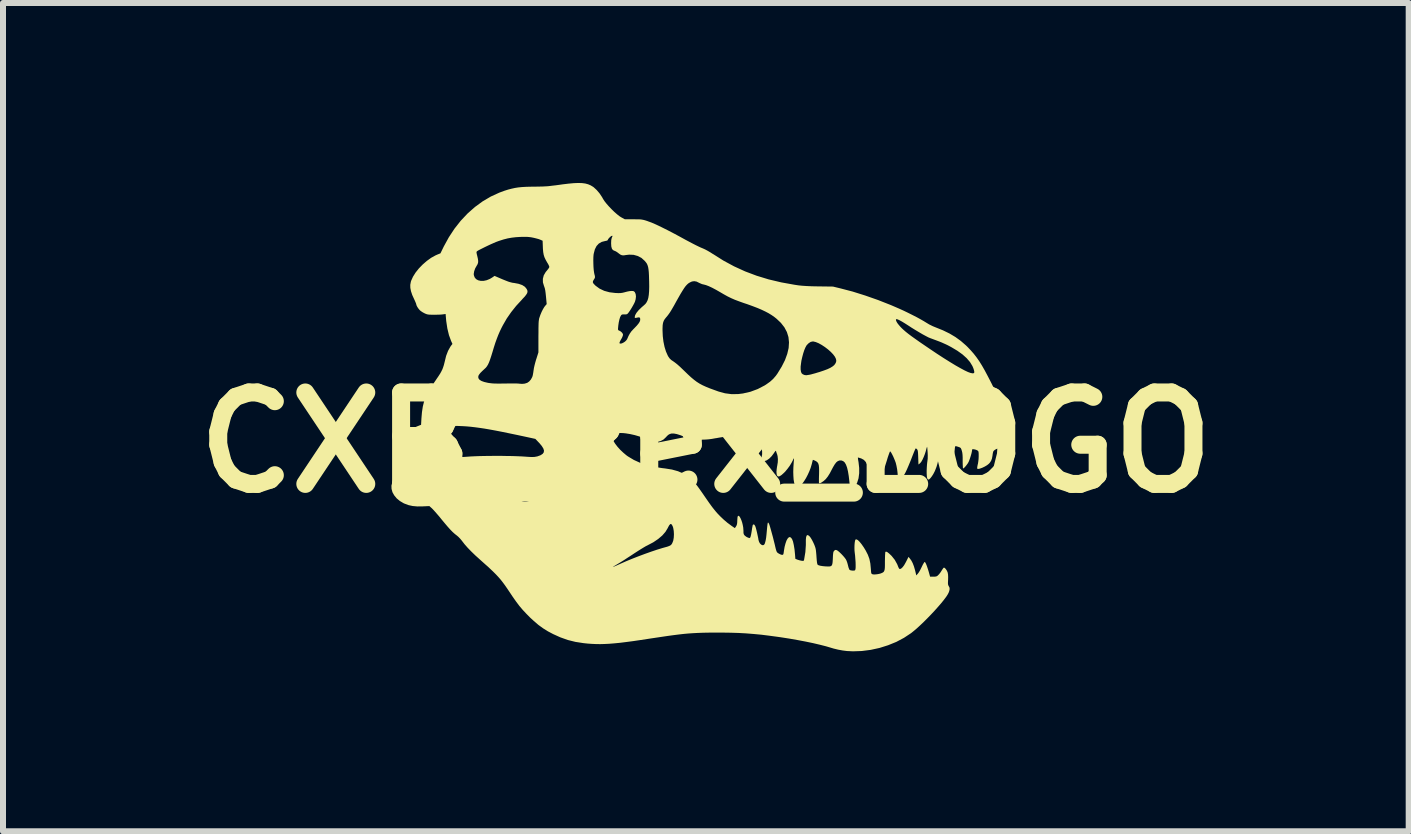
<source format=kicad_pcb>
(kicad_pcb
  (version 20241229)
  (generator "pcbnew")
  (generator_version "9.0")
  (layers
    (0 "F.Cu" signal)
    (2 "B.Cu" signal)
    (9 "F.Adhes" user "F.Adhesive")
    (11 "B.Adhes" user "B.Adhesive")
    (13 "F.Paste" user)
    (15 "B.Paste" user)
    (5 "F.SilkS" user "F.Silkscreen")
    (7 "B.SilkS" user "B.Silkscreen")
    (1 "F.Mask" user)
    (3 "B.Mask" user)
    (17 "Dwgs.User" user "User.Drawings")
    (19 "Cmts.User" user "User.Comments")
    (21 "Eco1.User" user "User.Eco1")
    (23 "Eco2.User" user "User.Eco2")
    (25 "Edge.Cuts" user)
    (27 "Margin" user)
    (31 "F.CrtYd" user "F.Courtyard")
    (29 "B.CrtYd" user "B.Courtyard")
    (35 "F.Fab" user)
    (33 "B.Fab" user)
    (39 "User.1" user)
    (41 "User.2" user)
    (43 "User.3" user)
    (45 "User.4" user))
  (footprint "CXB_Rex_LOGO"
    (layer "F.Cu")
    (at 8.716 4.327)
    (property "Reference" "CXB_Rex_LOGO" (at 0 0 0) (layer "F.SilkS") (effects (font (size 1.524 1.524) (thickness 0.3))))
    (attr board_only exclude_from_pos_files exclude_from_bom)
    (fp_poly (pts (xy -2.064 -4.325) (xy -2.01 -4.318) (xy -1.962 -4.305) (xy -1.92 -4.287) (xy -1.88 -4.263) (xy -1.868 -4.254) (xy -1.82 -4.21) (xy -1.773 -4.155) (xy -1.73 -4.091) (xy -1.714 -4.062) (xy -1.691 -4.026) (xy -1.658 -3.984) (xy -1.617 -3.937) (xy -1.572 -3.89) (xy -1.525 -3.844) (xy -1.479 -3.804) (xy -1.437 -3.771) (xy -1.406 -3.752) (xy -1.351 -3.722) (xy -1.207 -3.722) (xy -1.154 -3.721) (xy -1.114 -3.721) (xy -1.083 -3.719) (xy -1.058 -3.715) (xy -1.033 -3.71) (xy -1.005 -3.702) (xy -0.971 -3.691) (xy -0.97 -3.69) (xy -0.906 -3.667) (xy -0.83 -3.634) (xy -0.74 -3.591) (xy -0.636 -3.539) (xy -0.519 -3.478) (xy -0.419 -3.424) (xy -0.339 -3.38) (xy -0.271 -3.344) (xy -0.214 -3.314) (xy -0.165 -3.289) (xy -0.124 -3.269) (xy -0.088 -3.252) (xy -0.054 -3.238) (xy -0.038 -3.231) (xy -0.008 -3.217) (xy 0.031 -3.196) (xy 0.074 -3.171) (xy 0.116 -3.144) (xy 0.119 -3.143) (xy 0.293 -3.033) (xy 0.471 -2.937) (xy 0.655 -2.853) (xy 0.846 -2.781) (xy 1.046 -2.72) (xy 1.257 -2.67) (xy 1.479 -2.63) (xy 1.546 -2.62) (xy 1.604 -2.614) (xy 1.678 -2.609) (xy 1.768 -2.605) (xy 1.876 -2.603) (xy 1.883 -2.603) (xy 2.119 -2.6) (xy 2.243 -2.57) (xy 2.446 -2.517) (xy 2.656 -2.451) (xy 2.87 -2.376) (xy 3.086 -2.291) (xy 3.218 -2.234) (xy 3.291 -2.201) (xy 3.366 -2.165) (xy 3.44 -2.128) (xy 3.511 -2.092) (xy 3.575 -2.057) (xy 3.629 -2.026) (xy 3.67 -2.001) (xy 3.723 -1.969) (xy 3.784 -1.939) (xy 3.828 -1.921) (xy 3.952 -1.871) (xy 4.061 -1.818) (xy 4.16 -1.759) (xy 4.251 -1.693) (xy 4.336 -1.619) (xy 4.363 -1.593) (xy 4.416 -1.537) (xy 4.465 -1.481) (xy 4.511 -1.422) (xy 4.556 -1.358) (xy 4.601 -1.286) (xy 4.648 -1.204) (xy 4.698 -1.11) (xy 4.742 -1.025) (xy 4.77 -0.97) (xy 4.791 -0.926) (xy 4.807 -0.89) (xy 4.82 -0.857) (xy 4.832 -0.823) (xy 4.843 -0.784) (xy 4.855 -0.737) (xy 4.868 -0.682) (xy 4.888 -0.6) (xy 4.904 -0.532) (xy 4.916 -0.475) (xy 4.925 -0.425) (xy 4.932 -0.381) (xy 4.937 -0.339) (xy 4.94 -0.296) (xy 4.941 -0.25) (xy 4.942 -0.197) (xy 4.942 -0.186) (xy 4.941 -0.118) (xy 4.939 -0.057) (xy 4.935 -0.006) (xy 4.931 0.03) (xy 4.931 0.032) (xy 4.924 0.063) (xy 4.919 0.082) (xy 4.912 0.09) (xy 4.902 0.093) (xy 4.897 0.093) (xy 4.87 0.098) (xy 4.84 0.109) (xy 4.813 0.125) (xy 4.796 0.141) (xy 4.794 0.143) (xy 4.788 0.16) (xy 4.782 0.188) (xy 4.778 0.219) (xy 4.769 0.267) (xy 4.755 0.304) (xy 4.734 0.336) (xy 4.716 0.355) (xy 4.687 0.378) (xy 4.648 0.401) (xy 4.606 0.421) (xy 4.566 0.435) (xy 4.553 0.438) (xy 4.533 0.44) (xy 4.525 0.436) (xy 4.523 0.423) (xy 4.523 0.422) (xy 4.525 0.403) (xy 4.53 0.375) (xy 4.536 0.351) (xy 4.541 0.319) (xy 4.546 0.276) (xy 4.548 0.233) (xy 4.548 0.223) (xy 4.548 0.187) (xy 4.546 0.163) (xy 4.543 0.148) (xy 4.536 0.139) (xy 4.526 0.131) (xy 4.526 0.131) (xy 4.502 0.12) (xy 4.473 0.113) (xy 4.471 0.112) (xy 4.449 0.111) (xy 4.44 0.114) (xy 4.438 0.124) (xy 4.435 0.147) (xy 4.428 0.18) (xy 4.417 0.219) (xy 4.404 0.26) (xy 4.391 0.296) (xy 4.381 0.321) (xy 4.367 0.346) (xy 4.347 0.374) (xy 4.326 0.4) (xy 4.307 0.42) (xy 4.292 0.431) (xy 4.288 0.432) (xy 4.285 0.424) (xy 4.284 0.402) (xy 4.282 0.369) (xy 4.281 0.328) (xy 4.281 0.307) (xy 4.281 0.25) (xy 4.279 0.206) (xy 4.275 0.171) (xy 4.269 0.144) (xy 4.266 0.134) (xy 4.257 0.107) (xy 4.248 0.091) (xy 4.234 0.081) (xy 4.212 0.073) (xy 4.187 0.065) (xy 4.168 0.06) (xy 4.162 0.059) (xy 4.156 0.067) (xy 4.15 0.09) (xy 4.147 0.116) (xy 4.135 0.191) (xy 4.115 0.265) (xy 4.088 0.335) (xy 4.055 0.397) (xy 4.017 0.449) (xy 3.977 0.488) (xy 3.973 0.49) (xy 3.949 0.507) (xy 3.961 0.463) (xy 3.969 0.42) (xy 3.972 0.366) (xy 3.972 0.308) (xy 3.967 0.254) (xy 3.959 0.211) (xy 3.948 0.174) (xy 3.933 0.136) (xy 3.923 0.115) (xy 3.901 0.072) (xy 3.89 0.178) (xy 3.879 0.264) (xy 3.864 0.339) (xy 3.845 0.405) (xy 3.82 0.469) (xy 3.812 0.486) (xy 3.791 0.526) (xy 3.768 0.562) (xy 3.745 0.592) (xy 3.726 0.611) (xy 3.711 0.618) (xy 3.7 0.612) (xy 3.691 0.599) (xy 3.686 0.581) (xy 3.683 0.55) (xy 3.681 0.51) (xy 3.681 0.464) (xy 3.683 0.417) (xy 3.686 0.371) (xy 3.69 0.332) (xy 3.692 0.319) (xy 3.698 0.27) (xy 3.699 0.211) (xy 3.697 0.164) (xy 3.694 0.126) (xy 3.692 0.096) (xy 3.689 0.076) (xy 3.688 0.07) (xy 3.684 0.079) (xy 3.677 0.101) (xy 3.669 0.131) (xy 3.667 0.141) (xy 3.651 0.191) (xy 3.632 0.24) (xy 3.612 0.284) (xy 3.591 0.321) (xy 3.571 0.345) (xy 3.568 0.347) (xy 3.544 0.366) (xy 3.54 0.247) (xy 3.538 0.199) (xy 3.536 0.164) (xy 3.533 0.14) (xy 3.528 0.124) (xy 3.522 0.114) (xy 3.52 0.111) (xy 3.506 0.1) (xy 3.497 0.098) (xy 3.492 0.107) (xy 3.482 0.129) (xy 3.469 0.16) (xy 3.454 0.198) (xy 3.451 0.205) (xy 3.413 0.303) (xy 3.379 0.385) (xy 3.351 0.45) (xy 3.327 0.5) (xy 3.318 0.517) (xy 3.295 0.555) (xy 3.271 0.591) (xy 3.247 0.624) (xy 3.226 0.648) (xy 3.211 0.66) (xy 3.202 0.664) (xy 3.198 0.66) (xy 3.197 0.646) (xy 3.199 0.62) (xy 3.199 0.614) (xy 3.2 0.567) (xy 3.196 0.509) (xy 3.189 0.448) (xy 3.178 0.389) (xy 3.166 0.339) (xy 3.154 0.306) (xy 3.139 0.269) (xy 3.123 0.232) (xy 3.106 0.198) (xy 3.091 0.17) (xy 3.078 0.152) (xy 3.071 0.147) (xy 3.066 0.155) (xy 3.057 0.178) (xy 3.045 0.211) (xy 3.031 0.252) (xy 3.019 0.293) (xy 2.989 0.388) (xy 2.962 0.467) (xy 2.936 0.533) (xy 2.911 0.588) (xy 2.896 0.615) (xy 2.869 0.658) (xy 2.84 0.697) (xy 2.809 0.731) (xy 2.781 0.758) (xy 2.756 0.777) (xy 2.736 0.784) (xy 2.725 0.78) (xy 2.721 0.769) (xy 2.717 0.743) (xy 2.714 0.702) (xy 2.711 0.645) (xy 2.709 0.59) (xy 2.707 0.524) (xy 2.705 0.473) (xy 2.702 0.433) (xy 2.698 0.404) (xy 2.693 0.382) (xy 2.69 0.372) (xy 2.666 0.324) (xy 2.634 0.289) (xy 2.592 0.266) (xy 2.583 0.263) (xy 2.558 0.255) (xy 2.54 0.25) (xy 2.534 0.25) (xy 2.535 0.258) (xy 2.537 0.28) (xy 2.542 0.31) (xy 2.545 0.326) (xy 2.556 0.422) (xy 2.556 0.512) (xy 2.545 0.596) (xy 2.522 0.669) (xy 2.507 0.701) (xy 2.486 0.737) (xy 2.464 0.768) (xy 2.444 0.792) (xy 2.427 0.807) (xy 2.416 0.81) (xy 2.415 0.809) (xy 2.412 0.798) (xy 2.407 0.773) (xy 2.402 0.737) (xy 2.397 0.693) (xy 2.393 0.654) (xy 2.382 0.559) (xy 2.369 0.48) (xy 2.354 0.417) (xy 2.336 0.368) (xy 2.315 0.332) (xy 2.29 0.31) (xy 2.261 0.299) (xy 2.228 0.299) (xy 2.224 0.3) (xy 2.199 0.31) (xy 2.174 0.33) (xy 2.148 0.364) (xy 2.12 0.411) (xy 2.103 0.443) (xy 2.067 0.512) (xy 2.033 0.566) (xy 1.999 0.609) (xy 1.964 0.641) (xy 1.926 0.667) (xy 1.917 0.672) (xy 1.897 0.68) (xy 1.888 0.678) (xy 1.886 0.675) (xy 1.885 0.664) (xy 1.885 0.638) (xy 1.885 0.602) (xy 1.886 0.559) (xy 1.887 0.532) (xy 1.888 0.468) (xy 1.887 0.418) (xy 1.883 0.38) (xy 1.875 0.352) (xy 1.863 0.332) (xy 1.845 0.316) (xy 1.824 0.304) (xy 1.802 0.294) (xy 1.787 0.289) (xy 1.784 0.289) (xy 1.781 0.298) (xy 1.775 0.32) (xy 1.768 0.35) (xy 1.763 0.368) (xy 1.747 0.422) (xy 1.725 0.479) (xy 1.699 0.536) (xy 1.67 0.592) (xy 1.639 0.642) (xy 1.609 0.684) (xy 1.581 0.716) (xy 1.559 0.732) (xy 1.533 0.743) (xy 1.514 0.743) (xy 1.497 0.731) (xy 1.495 0.728) (xy 1.482 0.704) (xy 1.471 0.666) (xy 1.463 0.616) (xy 1.459 0.556) (xy 1.457 0.489) (xy 1.459 0.416) (xy 1.464 0.341) (xy 1.464 0.335) (xy 1.467 0.303) (xy 1.469 0.278) (xy 1.469 0.264) (xy 1.468 0.263) (xy 1.464 0.268) (xy 1.455 0.284) (xy 1.452 0.293) (xy 1.429 0.337) (xy 1.398 0.388) (xy 1.361 0.438) (xy 1.323 0.484) (xy 1.301 0.506) (xy 1.262 0.541) (xy 1.231 0.561) (xy 1.207 0.566) (xy 1.191 0.556) (xy 1.181 0.532) (xy 1.177 0.492) (xy 1.177 0.487) (xy 1.18 0.449) (xy 1.186 0.406) (xy 1.19 0.385) (xy 1.199 0.33) (xy 1.201 0.276) (xy 1.196 0.227) (xy 1.189 0.199) (xy 1.179 0.173) (xy 1.172 0.15) (xy 1.171 0.146) (xy 1.168 0.138) (xy 1.162 0.139) (xy 1.152 0.151) (xy 1.135 0.175) (xy 1.135 0.176) (xy 1.097 0.227) (xy 1.056 0.268) (xy 1.017 0.295) (xy 1.006 0.3) (xy 0.978 0.309) (xy 0.95 0.313) (xy 0.929 0.312) (xy 0.92 0.306) (xy 0.919 0.295) (xy 0.923 0.273) (xy 0.928 0.253) (xy 0.938 0.197) (xy 0.938 0.145) (xy 0.929 0.102) (xy 0.926 0.095) (xy 0.912 0.065) (xy 0.898 0.085) (xy 0.858 0.138) (xy 0.815 0.176) (xy 0.769 0.201) (xy 0.724 0.21) (xy 0.71 0.21) (xy 0.685 0.206) (xy 0.668 0.203) (xy 0.664 0.201) (xy 0.664 0.191) (xy 0.669 0.17) (xy 0.676 0.151) (xy 0.686 0.119) (xy 0.695 0.087) (xy 0.7 0.058) (xy 0.701 0.036) (xy 0.699 0.026) (xy 0.698 0.026) (xy 0.689 0.032) (xy 0.675 0.049) (xy 0.661 0.067) (xy 0.631 0.103) (xy 0.597 0.13) (xy 0.564 0.147) (xy 0.535 0.153) (xy 0.512 0.146) (xy 0.506 0.135) (xy 0.5 0.112) (xy 0.497 0.086) (xy 0.482 0.016) (xy 0.453 -0.048) (xy 0.435 -0.075) (xy 0.413 -0.104) (xy 0.348 -0.099) (xy 0.315 -0.096) (xy 0.271 -0.09) (xy 0.221 -0.082) (xy 0.171 -0.073) (xy 0.161 -0.072) (xy 0.101 -0.061) (xy 0.049 -0.054) (xy -0.003 -0.05) (xy -0.062 -0.048) (xy -0.097 -0.048) (xy -0.233 -0.047) (xy -0.356 -0.096) (xy -0.426 -0.123) (xy -0.483 -0.141) (xy -0.53 -0.15) (xy -0.568 -0.151) (xy -0.6 -0.143) (xy -0.628 -0.127) (xy -0.654 -0.102) (xy -0.661 -0.093) (xy -0.704 -0.052) (xy -0.755 -0.024) (xy -0.812 -0.011) (xy -0.873 -0.012) (xy -0.938 -0.028) (xy -0.995 -0.055) (xy -1.048 -0.08) (xy -1.113 -0.103) (xy -1.185 -0.124) (xy -1.261 -0.141) (xy -1.334 -0.153) (xy -1.381 -0.158) (xy -1.418 -0.159) (xy -1.459 -0.158) (xy -1.501 -0.156) (xy -1.538 -0.152) (xy -1.568 -0.148) (xy -1.587 -0.143) (xy -1.59 -0.141) (xy -1.589 -0.131) (xy -1.581 -0.11) (xy -1.568 -0.081) (xy -1.551 -0.048) (xy -1.533 -0.015) (xy -1.514 0.016) (xy -1.509 0.023) (xy -1.473 0.07) (xy -1.427 0.121) (xy -1.376 0.169) (xy -1.325 0.212) (xy -1.297 0.232) (xy -1.2 0.29) (xy -1.097 0.337) (xy -0.985 0.375) (xy -0.863 0.405) (xy -0.728 0.426) (xy -0.678 0.432) (xy -0.565 0.45) (xy -0.464 0.478) (xy -0.374 0.517) (xy -0.292 0.569) (xy -0.218 0.634) (xy -0.185 0.67) (xy -0.166 0.694) (xy -0.139 0.728) (xy -0.108 0.771) (xy -0.074 0.819) (xy -0.04 0.868) (xy -0.034 0.877) (xy 0.013 0.945) (xy 0.052 1.001) (xy 0.085 1.047) (xy 0.115 1.087) (xy 0.143 1.122) (xy 0.17 1.155) (xy 0.193 1.181) (xy 0.242 1.232) (xy 0.299 1.286) (xy 0.359 1.337) (xy 0.417 1.38) (xy 0.426 1.387) (xy 0.483 1.426) (xy 0.498 1.406) (xy 0.511 1.384) (xy 0.519 1.361) (xy 0.523 1.331) (xy 0.524 1.299) (xy 0.526 1.269) (xy 0.528 1.244) (xy 0.53 1.233) (xy 0.54 1.221) (xy 0.551 1.223) (xy 0.564 1.237) (xy 0.578 1.262) (xy 0.592 1.294) (xy 0.605 1.332) (xy 0.615 1.373) (xy 0.623 1.416) (xy 0.626 1.458) (xy 0.627 1.471) (xy 0.627 1.503) (xy 0.631 1.524) (xy 0.638 1.538) (xy 0.65 1.552) (xy 0.675 1.571) (xy 0.703 1.585) (xy 0.727 1.592) (xy 0.729 1.592) (xy 0.738 1.586) (xy 0.747 1.565) (xy 0.755 1.529) (xy 0.764 1.478) (xy 0.766 1.465) (xy 0.771 1.429) (xy 0.777 1.398) (xy 0.781 1.378) (xy 0.783 1.373) (xy 0.795 1.364) (xy 0.809 1.37) (xy 0.822 1.391) (xy 0.824 1.395) (xy 0.833 1.422) (xy 0.843 1.46) (xy 0.854 1.505) (xy 0.864 1.552) (xy 0.873 1.595) (xy 0.877 1.622) (xy 0.887 1.655) (xy 0.902 1.682) (xy 0.922 1.701) (xy 0.943 1.711) (xy 0.963 1.709) (xy 0.978 1.694) (xy 0.981 1.688) (xy 0.99 1.66) (xy 0.998 1.627) (xy 1.005 1.585) (xy 1.011 1.531) (xy 1.017 1.465) (xy 1.021 1.421) (xy 1.025 1.383) (xy 1.029 1.354) (xy 1.033 1.337) (xy 1.034 1.335) (xy 1.042 1.336) (xy 1.052 1.352) (xy 1.055 1.359) (xy 1.063 1.381) (xy 1.074 1.418) (xy 1.087 1.464) (xy 1.102 1.519) (xy 1.118 1.577) (xy 1.133 1.638) (xy 1.148 1.697) (xy 1.155 1.728) (xy 1.165 1.77) (xy 1.173 1.798) (xy 1.18 1.817) (xy 1.188 1.83) (xy 1.199 1.84) (xy 1.213 1.849) (xy 1.239 1.863) (xy 1.262 1.871) (xy 1.271 1.872) (xy 1.282 1.871) (xy 1.289 1.866) (xy 1.294 1.854) (xy 1.298 1.831) (xy 1.302 1.802) (xy 1.313 1.737) (xy 1.328 1.681) (xy 1.344 1.635) (xy 1.363 1.601) (xy 1.382 1.581) (xy 1.398 1.575) (xy 1.418 1.584) (xy 1.437 1.609) (xy 1.453 1.65) (xy 1.466 1.708) (xy 1.478 1.781) (xy 1.487 1.871) (xy 1.487 1.873) (xy 1.492 1.938) (xy 1.526 1.952) (xy 1.558 1.962) (xy 1.592 1.97) (xy 1.596 1.97) (xy 1.619 1.973) (xy 1.631 1.97) (xy 1.636 1.959) (xy 1.638 1.951) (xy 1.659 1.825) (xy 1.667 1.708) (xy 1.667 1.677) (xy 1.667 1.62) (xy 1.671 1.578) (xy 1.679 1.553) (xy 1.691 1.542) (xy 1.707 1.546) (xy 1.729 1.563) (xy 1.73 1.565) (xy 1.748 1.588) (xy 1.769 1.623) (xy 1.79 1.664) (xy 1.809 1.706) (xy 1.823 1.744) (xy 1.829 1.766) (xy 1.834 1.791) (xy 1.838 1.828) (xy 1.842 1.872) (xy 1.845 1.916) (xy 1.849 1.966) (xy 1.853 2.001) (xy 1.858 2.024) (xy 1.864 2.037) (xy 1.865 2.038) (xy 1.881 2.046) (xy 1.91 2.054) (xy 1.948 2.06) (xy 1.991 2.064) (xy 2.035 2.066) (xy 2.038 2.066) (xy 2.065 2.065) (xy 2.085 2.06) (xy 2.099 2.048) (xy 2.108 2.026) (xy 2.113 1.994) (xy 2.116 1.948) (xy 2.117 1.926) (xy 2.119 1.881) (xy 2.122 1.85) (xy 2.125 1.83) (xy 2.13 1.816) (xy 2.137 1.806) (xy 2.14 1.803) (xy 2.155 1.791) (xy 2.169 1.79) (xy 2.185 1.795) (xy 2.203 1.807) (xy 2.229 1.829) (xy 2.259 1.858) (xy 2.289 1.89) (xy 2.316 1.922) (xy 2.334 1.947) (xy 2.346 1.971) (xy 2.358 2.005) (xy 2.368 2.042) (xy 2.369 2.046) (xy 2.377 2.079) (xy 2.387 2.106) (xy 2.395 2.122) (xy 2.397 2.123) (xy 2.413 2.13) (xy 2.438 2.134) (xy 2.449 2.134) (xy 2.474 2.134) (xy 2.486 2.129) (xy 2.492 2.118) (xy 2.495 2.104) (xy 2.497 2.079) (xy 2.497 2.041) (xy 2.496 1.994) (xy 2.492 1.941) (xy 2.488 1.887) (xy 2.482 1.838) (xy 2.478 1.798) (xy 2.477 1.755) (xy 2.478 1.711) (xy 2.481 1.672) (xy 2.486 1.641) (xy 2.492 1.621) (xy 2.495 1.617) (xy 2.512 1.614) (xy 2.534 1.626) (xy 2.561 1.652) (xy 2.594 1.692) (xy 2.631 1.745) (xy 2.664 1.799) (xy 2.7 1.869) (xy 2.726 1.939) (xy 2.742 2.016) (xy 2.75 2.099) (xy 2.753 2.138) (xy 2.755 2.164) (xy 2.759 2.18) (xy 2.764 2.188) (xy 2.773 2.194) (xy 2.777 2.195) (xy 2.799 2.199) (xy 2.832 2.198) (xy 2.869 2.193) (xy 2.906 2.185) (xy 2.935 2.174) (xy 2.939 2.172) (xy 2.955 2.163) (xy 2.967 2.152) (xy 2.975 2.136) (xy 2.981 2.114) (xy 2.984 2.083) (xy 2.985 2.039) (xy 2.985 1.982) (xy 2.985 1.978) (xy 2.986 1.929) (xy 2.987 1.887) (xy 2.989 1.853) (xy 2.991 1.83) (xy 2.992 1.823) (xy 3.005 1.818) (xy 3.026 1.827) (xy 3.055 1.85) (xy 3.094 1.887) (xy 3.097 1.89) (xy 3.149 1.955) (xy 3.19 2.029) (xy 3.209 2.077) (xy 3.221 2.101) (xy 3.235 2.109) (xy 3.255 2.101) (xy 3.279 2.079) (xy 3.305 2.045) (xy 3.331 1.999) (xy 3.341 1.98) (xy 3.378 1.906) (xy 3.401 1.933) (xy 3.426 1.968) (xy 3.448 2.01) (xy 3.468 2.062) (xy 3.487 2.127) (xy 3.502 2.189) (xy 3.508 2.215) (xy 3.536 2.183) (xy 3.552 2.161) (xy 3.571 2.129) (xy 3.59 2.091) (xy 3.6 2.07) (xy 3.616 2.037) (xy 3.631 2.011) (xy 3.642 1.994) (xy 3.647 1.99) (xy 3.657 1.998) (xy 3.67 2.022) (xy 3.685 2.06) (xy 3.702 2.111) (xy 3.715 2.153) (xy 3.738 2.236) (xy 3.791 2.236) (xy 3.823 2.235) (xy 3.844 2.231) (xy 3.861 2.221) (xy 3.872 2.211) (xy 3.891 2.191) (xy 3.913 2.162) (xy 3.93 2.135) (xy 3.946 2.11) (xy 3.96 2.091) (xy 3.969 2.084) (xy 3.969 2.084) (xy 3.983 2.091) (xy 4 2.109) (xy 4.017 2.134) (xy 4.029 2.161) (xy 4.032 2.171) (xy 4.037 2.2) (xy 4.039 2.241) (xy 4.038 2.288) (xy 4.036 2.327) (xy 4.036 2.354) (xy 4.039 2.373) (xy 4.045 2.387) (xy 4.049 2.394) (xy 4.061 2.417) (xy 4.064 2.442) (xy 4.058 2.472) (xy 4.049 2.498) (xy 4.033 2.53) (xy 4.006 2.572) (xy 3.969 2.621) (xy 3.924 2.677) (xy 3.872 2.737) (xy 3.815 2.801) (xy 3.755 2.865) (xy 3.693 2.929) (xy 3.631 2.991) (xy 3.569 3.05) (xy 3.511 3.103) (xy 3.456 3.149) (xy 3.421 3.177) (xy 3.303 3.255) (xy 3.175 3.323) (xy 3.037 3.379) (xy 2.894 3.424) (xy 2.747 3.456) (xy 2.599 3.475) (xy 2.453 3.48) (xy 2.35 3.475) (xy 2.28 3.466) (xy 2.204 3.452) (xy 2.13 3.434) (xy 2.09 3.422) (xy 2.002 3.396) (xy 1.9 3.37) (xy 1.785 3.343) (xy 1.66 3.317) (xy 1.528 3.292) (xy 1.391 3.268) (xy 1.25 3.246) (xy 1.208 3.24) (xy 1.06 3.22) (xy 0.924 3.203) (xy 0.796 3.191) (xy 0.672 3.181) (xy 0.546 3.174) (xy 0.415 3.17) (xy 0.274 3.168) (xy 0.191 3.168) (xy 0.096 3.168) (xy 0.01 3.169) (xy -0.069 3.171) (xy -0.145 3.174) (xy -0.218 3.178) (xy -0.292 3.183) (xy -0.368 3.19) (xy -0.448 3.199) (xy -0.535 3.21) (xy -0.631 3.223) (xy -0.739 3.239) (xy -0.859 3.257) (xy -0.94 3.269) (xy -1.083 3.291) (xy -1.212 3.31) (xy -1.327 3.325) (xy -1.43 3.338) (xy -1.524 3.347) (xy -1.609 3.354) (xy -1.688 3.358) (xy -1.761 3.36) (xy -1.832 3.359) (xy -1.9 3.356) (xy -1.969 3.351) (xy -2.037 3.344) (xy -2.173 3.323) (xy -2.302 3.291) (xy -2.428 3.246) (xy -2.545 3.193) (xy -2.634 3.146) (xy -2.714 3.096) (xy -2.791 3.04) (xy -2.867 2.975) (xy -2.929 2.918) (xy -2.993 2.853) (xy -3.052 2.79) (xy -3.108 2.724) (xy -3.163 2.651) (xy -3.22 2.57) (xy -3.268 2.498) (xy -3.309 2.437) (xy -3.347 2.382) (xy -3.383 2.333) (xy -3.419 2.287) (xy -3.458 2.242) (xy -3.5 2.197) (xy -3.548 2.149) (xy -3.603 2.097) (xy -3.627 2.074) (xy -1.55 2.074) (xy -1.54 2.071) (xy -1.515 2.061) (xy -1.476 2.044) (xy -1.423 2.02) (xy -1.33 1.979) (xy -1.228 1.937) (xy -1.123 1.896) (xy -1.016 1.856) (xy -0.912 1.819) (xy -0.814 1.786) (xy -0.726 1.759) (xy -0.687 1.748) (xy -0.643 1.736) (xy -0.613 1.725) (xy -0.592 1.715) (xy -0.578 1.704) (xy -0.567 1.689) (xy -0.56 1.677) (xy -0.544 1.637) (xy -0.535 1.586) (xy -0.532 1.53) (xy -0.535 1.474) (xy -0.544 1.422) (xy -0.553 1.395) (xy -0.567 1.369) (xy -0.581 1.357) (xy -0.595 1.361) (xy -0.612 1.381) (xy -0.631 1.416) (xy -0.635 1.425) (xy -0.673 1.488) (xy -0.726 1.549) (xy -0.794 1.607) (xy -0.875 1.662) (xy -0.968 1.711) (xy -0.969 1.712) (xy -0.998 1.726) (xy -1.037 1.749) (xy -1.083 1.777) (xy -1.134 1.809) (xy -1.185 1.842) (xy -1.197 1.85) (xy -1.25 1.885) (xy -1.306 1.921) (xy -1.359 1.956) (xy -1.407 1.986) (xy -1.446 2.01) (xy -1.45 2.012) (xy -1.495 2.039) (xy -1.527 2.058) (xy -1.546 2.07) (xy -1.55 2.074) (xy -3.627 2.074) (xy -3.667 2.039) (xy -3.742 1.972) (xy -3.762 1.954) (xy -3.843 1.881) (xy -3.912 1.814) (xy -3.971 1.753) (xy -4.022 1.695) (xy -4.067 1.637) (xy -4.069 1.634) (xy -4.095 1.603) (xy -4.124 1.573) (xy -4.147 1.553) (xy -4.184 1.524) (xy -4.221 1.491) (xy -4.26 1.451) (xy -4.304 1.402) (xy -4.354 1.343) (xy -4.404 1.283) (xy -4.441 1.237) (xy -4.478 1.194) (xy -4.512 1.155) (xy -4.54 1.124) (xy -4.561 1.102) (xy -4.565 1.098) (xy -4.609 1.059) (xy -4.72 1.064) (xy -4.809 1.065) (xy -4.887 1.058) (xy -4.956 1.043) (xy -5.023 1.018) (xy -5.037 1.012) (xy -5.101 0.974) (xy -5.154 0.93) (xy -5.165 0.916) (xy -3.108 0.916) (xy -3.101 0.939) (xy -3.084 0.963) (xy -3.065 0.979) (xy -3.031 0.989) (xy -2.992 0.988) (xy -2.952 0.976) (xy -2.947 0.974) (xy -2.923 0.958) (xy -2.904 0.941) (xy -2.9 0.936) (xy -2.892 0.921) (xy -2.893 0.907) (xy -2.901 0.889) (xy -2.916 0.87) (xy -2.939 0.849) (xy -2.966 0.83) (xy -2.992 0.817) (xy -3.007 0.813) (xy -3.02 0.819) (xy -3.039 0.835) (xy -3.061 0.856) (xy -3.082 0.878) (xy -3.099 0.899) (xy -3.108 0.914) (xy -3.108 0.916) (xy -5.165 0.916) (xy -5.195 0.88) (xy -5.224 0.828) (xy -5.239 0.773) (xy -5.241 0.719) (xy -5.228 0.666) (xy -5.2 0.617) (xy -5.19 0.605) (xy -5.176 0.588) (xy -5.17 0.575) (xy -5.169 0.559) (xy -5.172 0.533) (xy -5.174 0.523) (xy -5.184 0.45) (xy -5.189 0.373) (xy -5.189 0.299) (xy -5.185 0.233) (xy -5.184 0.226) (xy -5.163 0.119) (xy -5.13 0.024) (xy -5.085 -0.059) (xy -5.027 -0.131) (xy -5 -0.154) (xy -4.463 -0.154) (xy -4.449 -0.127) (xy -4.421 -0.104) (xy -4.398 -0.092) (xy -4.359 -0.072) (xy -4.325 -0.048) (xy -4.3 -0.022) (xy -4.287 0.003) (xy -4.286 0.012) (xy -4.288 0.032) (xy -4.293 0.062) (xy -4.3 0.09) (xy -4.308 0.121) (xy -4.31 0.141) (xy -4.308 0.155) (xy -4.302 0.167) (xy -4.276 0.197) (xy -4.238 0.222) (xy -4.193 0.239) (xy -4.147 0.245) (xy -4.129 0.245) (xy -4.097 0.243) (xy -4.054 0.241) (xy -4.004 0.238) (xy -3.948 0.234) (xy -3.923 0.232) (xy -3.86 0.229) (xy -3.784 0.226) (xy -3.699 0.224) (xy -3.608 0.223) (xy -3.512 0.222) (xy -3.415 0.222) (xy -3.32 0.224) (xy -3.229 0.225) (xy -3.145 0.228) (xy -3.071 0.231) (xy -3.009 0.235) (xy -2.983 0.237) (xy -2.914 0.241) (xy -2.858 0.24) (xy -2.809 0.231) (xy -2.765 0.215) (xy -2.753 0.21) (xy -2.72 0.188) (xy -2.702 0.163) (xy -2.698 0.133) (xy -2.709 0.099) (xy -2.735 0.057) (xy -2.775 0.009) (xy -2.781 0.003) (xy -2.842 -0.061) (xy -2.994 -0.094) (xy -3.143 -0.126) (xy -3.278 -0.154) (xy -3.399 -0.179) (xy -3.507 -0.2) (xy -3.605 -0.218) (xy -3.693 -0.233) (xy -3.774 -0.245) (xy -3.848 -0.255) (xy -3.917 -0.263) (xy -3.982 -0.269) (xy -4.044 -0.273) (xy -4.047 -0.273) (xy -4.139 -0.277) (xy -4.217 -0.277) (xy -4.281 -0.274) (xy -4.334 -0.267) (xy -4.376 -0.255) (xy -4.41 -0.239) (xy -4.438 -0.218) (xy -4.446 -0.21) (xy -4.462 -0.183) (xy -4.463 -0.154) (xy -5 -0.154) (xy -4.956 -0.192) (xy -4.872 -0.243) (xy -4.817 -0.268) (xy -4.747 -0.296) (xy -4.741 -0.403) (xy -4.732 -0.508) (xy -4.718 -0.6) (xy -4.697 -0.685) (xy -4.667 -0.765) (xy -4.627 -0.845) (xy -4.576 -0.929) (xy -4.551 -0.968) (xy -4.512 -1.025) (xy -4.481 -1.071) (xy -4.457 -1.106) (xy -4.439 -1.134) (xy -4.425 -1.156) (xy -4.415 -1.175) (xy -4.406 -1.191) (xy -4.398 -1.209) (xy -4.394 -1.215) (xy -4.381 -1.249) (xy -4.367 -1.292) (xy -4.356 -1.336) (xy -4.353 -1.348) (xy -4.329 -1.446) (xy -4.297 -1.529) (xy -4.258 -1.599) (xy -4.246 -1.616) (xy -4.224 -1.644) (xy -4.246 -1.692) (xy -4.282 -1.79) (xy -4.309 -1.902) (xy -4.328 -2.027) (xy -4.332 -2.073) (xy -4.338 -2.143) (xy -4.382 -2.137) (xy -4.408 -2.134) (xy -4.445 -2.132) (xy -4.49 -2.131) (xy -4.531 -2.13) (xy -4.577 -2.131) (xy -4.609 -2.132) (xy -4.634 -2.135) (xy -4.654 -2.14) (xy -4.675 -2.148) (xy -4.688 -2.154) (xy -4.72 -2.171) (xy -4.75 -2.191) (xy -4.767 -2.205) (xy -4.788 -2.229) (xy -4.808 -2.258) (xy -4.822 -2.285) (xy -4.828 -2.306) (xy -4.828 -2.306) (xy -4.831 -2.318) (xy -4.841 -2.342) (xy -4.854 -2.372) (xy -4.861 -2.387) (xy -4.894 -2.459) (xy -4.915 -2.522) (xy -4.926 -2.578) (xy -4.927 -2.629) (xy -4.918 -2.678) (xy -4.912 -2.698) (xy -4.882 -2.764) (xy -4.852 -2.812) (xy -3.869 -2.812) (xy -3.868 -2.793) (xy -3.855 -2.755) (xy -3.831 -2.725) (xy -3.796 -2.705) (xy -3.753 -2.695) (xy -3.705 -2.695) (xy -3.653 -2.706) (xy -3.6 -2.728) (xy -3.566 -2.748) (xy -3.522 -2.778) (xy -3.392 -2.722) (xy -3.335 -2.699) (xy -3.291 -2.682) (xy -3.254 -2.671) (xy -3.221 -2.663) (xy -3.195 -2.66) (xy -3.121 -2.646) (xy -3.061 -2.625) (xy -3.016 -2.596) (xy -2.986 -2.559) (xy -2.985 -2.556) (xy -2.975 -2.534) (xy -2.973 -2.512) (xy -2.979 -2.49) (xy -2.995 -2.464) (xy -3.02 -2.432) (xy -3.058 -2.392) (xy -3.065 -2.383) (xy -3.162 -2.278) (xy -3.245 -2.174) (xy -3.318 -2.069) (xy -3.382 -1.958) (xy -3.405 -1.914) (xy -3.434 -1.854) (xy -3.46 -1.794) (xy -3.484 -1.732) (xy -3.509 -1.663) (xy -3.534 -1.585) (xy -3.557 -1.508) (xy -3.579 -1.437) (xy -3.598 -1.38) (xy -3.615 -1.335) (xy -3.632 -1.299) (xy -3.649 -1.271) (xy -3.667 -1.248) (xy -3.684 -1.232) (xy -3.727 -1.192) (xy -3.759 -1.16) (xy -3.779 -1.134) (xy -3.791 -1.113) (xy -3.794 -1.093) (xy -3.791 -1.073) (xy -3.789 -1.069) (xy -3.773 -1.047) (xy -3.741 -1.027) (xy -3.695 -1.01) (xy -3.635 -0.996) (xy -3.625 -0.994) (xy -3.594 -0.99) (xy -3.561 -0.986) (xy -3.523 -0.984) (xy -3.478 -0.983) (xy -3.422 -0.983) (xy -3.353 -0.984) (xy -3.337 -0.984) (xy -3.278 -0.985) (xy -3.223 -0.985) (xy -3.176 -0.985) (xy -3.138 -0.984) (xy -3.113 -0.982) (xy -3.104 -0.981) (xy -3.065 -0.978) (xy -3.02 -0.982) (xy -2.979 -0.995) (xy -2.975 -0.997) (xy -2.945 -1.018) (xy -2.917 -1.05) (xy -2.896 -1.088) (xy -2.888 -1.109) (xy -2.883 -1.132) (xy -2.877 -1.166) (xy -2.872 -1.202) (xy -2.871 -1.207) (xy -2.866 -1.241) (xy -2.856 -1.286) (xy -2.843 -1.336) (xy -2.829 -1.385) (xy -2.827 -1.389) (xy -2.791 -1.503) (xy -2.791 -1.766) (xy -2.79 -1.842) (xy -2.79 -1.904) (xy -2.789 -1.952) (xy -2.788 -1.99) (xy -2.786 -2.02) (xy -2.783 -2.043) (xy -2.78 -2.062) (xy -2.776 -2.079) (xy -2.775 -2.079) (xy -2.759 -2.127) (xy -2.738 -2.177) (xy -2.715 -2.223) (xy -2.692 -2.261) (xy -2.678 -2.279) (xy -2.653 -2.308) (xy -2.665 -2.435) (xy -2.671 -2.492) (xy -2.677 -2.536) (xy -2.684 -2.57) (xy -2.693 -2.597) (xy -2.698 -2.61) (xy -2.716 -2.67) (xy -2.716 -2.673) (xy -1.884 -2.673) (xy -1.876 -2.654) (xy -1.855 -2.631) (xy -1.839 -2.615) (xy -1.772 -2.566) (xy -1.694 -2.529) (xy -1.606 -2.505) (xy -1.508 -2.493) (xy -1.503 -2.493) (xy -1.457 -2.491) (xy -1.422 -2.492) (xy -1.392 -2.496) (xy -1.362 -2.503) (xy -1.347 -2.507) (xy -1.309 -2.517) (xy -1.272 -2.524) (xy -1.242 -2.527) (xy -1.242 -2.527) (xy -1.215 -2.526) (xy -1.199 -2.521) (xy -1.185 -2.508) (xy -1.183 -2.505) (xy -1.17 -2.475) (xy -1.165 -2.435) (xy -1.17 -2.39) (xy -1.181 -2.35) (xy -1.194 -2.321) (xy -1.214 -2.284) (xy -1.237 -2.244) (xy -1.262 -2.204) (xy -1.285 -2.171) (xy -1.299 -2.153) (xy -1.313 -2.141) (xy -1.331 -2.136) (xy -1.358 -2.136) (xy -1.358 -2.136) (xy -1.385 -2.136) (xy -1.401 -2.132) (xy -1.413 -2.121) (xy -1.415 -2.117) (xy -1.429 -2.091) (xy -1.441 -2.052) (xy -1.452 -2.002) (xy -1.46 -1.947) (xy -1.461 -1.934) (xy -1.464 -1.902) (xy -1.464 -1.884) (xy -1.46 -1.874) (xy -1.452 -1.869) (xy -1.449 -1.868) (xy -1.422 -1.854) (xy -1.398 -1.833) (xy -1.383 -1.81) (xy -1.381 -1.796) (xy -1.385 -1.778) (xy -1.396 -1.751) (xy -1.412 -1.721) (xy -1.414 -1.719) (xy -1.432 -1.685) (xy -1.44 -1.663) (xy -1.439 -1.654) (xy -1.424 -1.649) (xy -1.4 -1.653) (xy -1.372 -1.667) (xy -1.349 -1.682) (xy -1.329 -1.701) (xy -1.313 -1.722) (xy -1.311 -1.727) (xy -1.289 -1.777) (xy -1.267 -1.817) (xy -1.242 -1.853) (xy -1.228 -1.868) (xy -0.722 -1.868) (xy -0.718 -1.774) (xy -0.707 -1.683) (xy -0.689 -1.596) (xy -0.665 -1.518) (xy -0.636 -1.452) (xy -0.625 -1.432) (xy -0.602 -1.4) (xy -0.575 -1.375) (xy -0.542 -1.353) (xy -0.514 -1.333) (xy -0.476 -1.303) (xy -0.431 -1.263) (xy -0.381 -1.215) (xy -0.356 -1.191) (xy -0.297 -1.134) (xy -0.246 -1.087) (xy -0.198 -1.047) (xy -0.153 -1.013) (xy -0.106 -0.983) (xy -0.056 -0.956) (xy 0.001 -0.93) (xy 0.067 -0.903) (xy 0.144 -0.875) (xy 0.213 -0.85) (xy 0.32 -0.821) (xy 0.426 -0.807) (xy 0.536 -0.808) (xy 0.618 -0.818) (xy 0.744 -0.847) (xy 0.865 -0.892) (xy 0.982 -0.953) (xy 1.008 -0.97) (xy 1.07 -1.014) (xy 1.121 -1.06) (xy 1.167 -1.113) (xy 1.194 -1.151) (xy 1.235 -1.218) (xy 1.58 -1.218) (xy 1.586 -1.18) (xy 1.597 -1.154) (xy 1.616 -1.138) (xy 1.644 -1.126) (xy 1.673 -1.122) (xy 1.681 -1.123) (xy 1.701 -1.126) (xy 1.727 -1.13) (xy 1.731 -1.131) (xy 1.751 -1.135) (xy 1.783 -1.144) (xy 1.824 -1.155) (xy 1.869 -1.169) (xy 1.888 -1.174) (xy 1.965 -1.2) (xy 2.027 -1.223) (xy 2.076 -1.246) (xy 2.113 -1.269) (xy 2.141 -1.292) (xy 2.159 -1.318) (xy 2.164 -1.326) (xy 2.172 -1.348) (xy 2.174 -1.367) (xy 2.169 -1.393) (xy 2.168 -1.396) (xy 2.151 -1.431) (xy 2.122 -1.47) (xy 2.083 -1.511) (xy 2.037 -1.552) (xy 1.986 -1.591) (xy 1.933 -1.626) (xy 1.881 -1.655) (xy 1.833 -1.675) (xy 1.792 -1.685) (xy 1.781 -1.685) (xy 1.748 -1.678) (xy 1.714 -1.656) (xy 1.682 -1.624) (xy 1.678 -1.618) (xy 1.66 -1.586) (xy 1.641 -1.541) (xy 1.623 -1.486) (xy 1.607 -1.426) (xy 1.593 -1.365) (xy 1.588 -1.33) (xy 1.58 -1.267) (xy 1.58 -1.218) (xy 1.235 -1.218) (xy 1.264 -1.265) (xy 1.319 -1.374) (xy 1.357 -1.478) (xy 1.38 -1.576) (xy 1.386 -1.67) (xy 1.377 -1.758) (xy 1.351 -1.842) (xy 1.309 -1.921) (xy 1.251 -1.995) (xy 1.191 -2.052) (xy 3.169 -2.052) (xy 3.17 -2.036) (xy 3.18 -2.012) (xy 3.194 -1.989) (xy 3.216 -1.961) (xy 3.239 -1.934) (xy 3.266 -1.906) (xy 3.297 -1.877) (xy 3.334 -1.845) (xy 3.378 -1.81) (xy 3.43 -1.771) (xy 3.492 -1.727) (xy 3.564 -1.676) (xy 3.649 -1.618) (xy 3.727 -1.565) (xy 3.852 -1.481) (xy 3.966 -1.407) (xy 4.07 -1.342) (xy 4.162 -1.286) (xy 4.243 -1.24) (xy 4.312 -1.203) (xy 4.369 -1.176) (xy 4.413 -1.16) (xy 4.445 -1.154) (xy 4.451 -1.154) (xy 4.468 -1.157) (xy 4.474 -1.166) (xy 4.474 -1.186) (xy 4.469 -1.208) (xy 4.459 -1.239) (xy 4.445 -1.272) (xy 4.442 -1.278) (xy 4.403 -1.342) (xy 4.348 -1.406) (xy 4.278 -1.469) (xy 4.193 -1.53) (xy 4.094 -1.589) (xy 4.036 -1.62) (xy 4.001 -1.637) (xy 3.967 -1.652) (xy 3.932 -1.668) (xy 3.892 -1.684) (xy 3.844 -1.702) (xy 3.785 -1.724) (xy 3.739 -1.741) (xy 3.708 -1.754) (xy 3.666 -1.776) (xy 3.614 -1.804) (xy 3.556 -1.838) (xy 3.494 -1.875) (xy 3.429 -1.915) (xy 3.391 -1.94) (xy 3.324 -1.983) (xy 3.27 -2.016) (xy 3.228 -2.039) (xy 3.197 -2.053) (xy 3.178 -2.058) (xy 3.178 -2.058) (xy 3.169 -2.052) (xy 1.191 -2.052) (xy 1.177 -2.065) (xy 1.143 -2.092) (xy 1.096 -2.125) (xy 1.047 -2.155) (xy 0.992 -2.184) (xy 0.931 -2.213) (xy 0.861 -2.243) (xy 0.78 -2.274) (xy 0.686 -2.308) (xy 0.634 -2.325) (xy 0.553 -2.354) (xy 0.484 -2.38) (xy 0.422 -2.407) (xy 0.361 -2.437) (xy 0.298 -2.472) (xy 0.245 -2.503) (xy 0.172 -2.545) (xy 0.106 -2.58) (xy 0.048 -2.607) (xy 0.001 -2.625) (xy -0.03 -2.633) (xy -0.064 -2.641) (xy -0.099 -2.656) (xy -0.11 -2.661) (xy -0.154 -2.683) (xy -0.193 -2.69) (xy -0.23 -2.685) (xy -0.247 -2.678) (xy -0.271 -2.666) (xy -0.293 -2.652) (xy -0.314 -2.633) (xy -0.337 -2.608) (xy -0.361 -2.575) (xy -0.388 -2.533) (xy -0.42 -2.481) (xy -0.457 -2.416) (xy -0.492 -2.354) (xy -0.527 -2.29) (xy -0.556 -2.24) (xy -0.58 -2.199) (xy -0.601 -2.166) (xy -0.62 -2.139) (xy -0.639 -2.114) (xy -0.659 -2.09) (xy -0.665 -2.083) (xy -0.687 -2.055) (xy -0.703 -2.027) (xy -0.714 -1.994) (xy -0.72 -1.955) (xy -0.722 -1.903) (xy -0.722 -1.868) (xy -1.228 -1.868) (xy -1.208 -1.89) (xy -1.19 -1.908) (xy -1.15 -1.95) (xy -1.122 -1.984) (xy -1.104 -2.012) (xy -1.095 -2.037) (xy -1.094 -2.061) (xy -1.098 -2.077) (xy -1.108 -2.086) (xy -1.128 -2.086) (xy -1.16 -2.079) (xy -1.162 -2.079) (xy -1.179 -2.077) (xy -1.185 -2.083) (xy -1.186 -2.091) (xy -1.178 -2.124) (xy -1.156 -2.163) (xy -1.119 -2.208) (xy -1.068 -2.257) (xy -1.033 -2.287) (xy -1.007 -2.311) (xy -0.987 -2.339) (xy -0.971 -2.372) (xy -0.959 -2.412) (xy -0.951 -2.462) (xy -0.946 -2.522) (xy -0.944 -2.595) (xy -0.945 -2.682) (xy -0.946 -2.71) (xy -0.948 -2.783) (xy -0.951 -2.841) (xy -0.956 -2.888) (xy -0.962 -2.924) (xy -0.971 -2.954) (xy -0.982 -2.98) (xy -0.998 -3.003) (xy -1.018 -3.027) (xy -1.022 -3.031) (xy -1.074 -3.078) (xy -1.136 -3.11) (xy -1.204 -3.129) (xy -1.278 -3.132) (xy -1.331 -3.126) (xy -1.369 -3.12) (xy -1.398 -3.122) (xy -1.425 -3.133) (xy -1.455 -3.155) (xy -1.463 -3.162) (xy -1.489 -3.18) (xy -1.513 -3.193) (xy -1.525 -3.197) (xy -1.549 -3.209) (xy -1.566 -3.232) (xy -1.576 -3.268) (xy -1.579 -3.318) (xy -1.579 -3.324) (xy -1.577 -3.375) (xy -1.569 -3.411) (xy -1.565 -3.42) (xy -1.557 -3.438) (xy -1.557 -3.446) (xy -1.564 -3.447) (xy -1.578 -3.441) (xy -1.597 -3.426) (xy -1.616 -3.407) (xy -1.63 -3.388) (xy -1.635 -3.377) (xy -1.642 -3.368) (xy -1.664 -3.362) (xy -1.676 -3.36) (xy -1.735 -3.345) (xy -1.784 -3.317) (xy -1.822 -3.276) (xy -1.85 -3.221) (xy -1.868 -3.152) (xy -1.872 -3.13) (xy -1.875 -3.088) (xy -1.876 -3.038) (xy -1.875 -2.982) (xy -1.873 -2.927) (xy -1.869 -2.875) (xy -1.863 -2.833) (xy -1.858 -2.808) (xy -1.85 -2.778) (xy -1.848 -2.758) (xy -1.851 -2.743) (xy -1.861 -2.725) (xy -1.868 -2.715) (xy -1.881 -2.692) (xy -1.884 -2.673) (xy -2.716 -2.673) (xy -2.717 -2.729) (xy -2.702 -2.787) (xy -2.67 -2.842) (xy -2.65 -2.866) (xy -2.63 -2.891) (xy -2.615 -2.912) (xy -2.609 -2.927) (xy -2.609 -2.927) (xy -2.613 -2.942) (xy -2.624 -2.966) (xy -2.64 -2.994) (xy -2.643 -2.998) (xy -2.67 -3.046) (xy -2.69 -3.088) (xy -2.703 -3.129) (xy -2.711 -3.174) (xy -2.716 -3.229) (xy -2.717 -3.255) (xy -2.721 -3.364) (xy -2.759 -3.381) (xy -2.785 -3.391) (xy -2.821 -3.401) (xy -2.861 -3.411) (xy -2.879 -3.415) (xy -2.915 -3.422) (xy -2.949 -3.426) (xy -2.985 -3.429) (xy -3.027 -3.429) (xy -3.081 -3.428) (xy -3.091 -3.428) (xy -3.168 -3.423) (xy -3.237 -3.415) (xy -3.304 -3.403) (xy -3.374 -3.385) (xy -3.452 -3.36) (xy -3.468 -3.354) (xy -3.498 -3.343) (xy -3.537 -3.326) (xy -3.583 -3.306) (xy -3.632 -3.283) (xy -3.68 -3.26) (xy -3.726 -3.237) (xy -3.766 -3.217) (xy -3.796 -3.201) (xy -3.813 -3.19) (xy -3.82 -3.183) (xy -3.823 -3.174) (xy -3.822 -3.16) (xy -3.817 -3.135) (xy -3.811 -3.112) (xy -3.8 -3.064) (xy -3.795 -3.026) (xy -3.797 -2.997) (xy -3.806 -2.971) (xy -3.819 -2.949) (xy -3.845 -2.903) (xy -3.862 -2.855) (xy -3.869 -2.812) (xy -4.852 -2.812) (xy -4.839 -2.833) (xy -4.784 -2.902) (xy -4.721 -2.967) (xy -4.652 -3.027) (xy -4.58 -3.079) (xy -4.508 -3.119) (xy -4.472 -3.135) (xy -4.424 -3.154) (xy -4.368 -3.269) (xy -4.284 -3.422) (xy -4.19 -3.565) (xy -4.086 -3.697) (xy -3.972 -3.818) (xy -3.85 -3.926) (xy -3.72 -4.021) (xy -3.584 -4.101) (xy -3.442 -4.166) (xy -3.358 -4.197) (xy -3.295 -4.217) (xy -3.237 -4.232) (xy -3.182 -4.244) (xy -3.125 -4.253) (xy -3.063 -4.259) (xy -2.993 -4.263) (xy -2.91 -4.265) (xy -2.881 -4.265) (xy -2.819 -4.266) (xy -2.767 -4.267) (xy -2.723 -4.268) (xy -2.683 -4.27) (xy -2.644 -4.272) (xy -2.603 -4.276) (xy -2.557 -4.282) (xy -2.503 -4.288) (xy -2.437 -4.297) (xy -2.388 -4.304) (xy -2.287 -4.316) (xy -2.201 -4.324) (xy -2.127 -4.327)) (stroke (width 0) (type solid)) (fill yes) (layer "F.SilkS")))
  (gr_rect
    (start -3 -3)
    (end 20.432 10.807)
    (stroke (width 0.1) (type default))
    (fill no)
    (layer "Edge.Cuts")))
</source>
